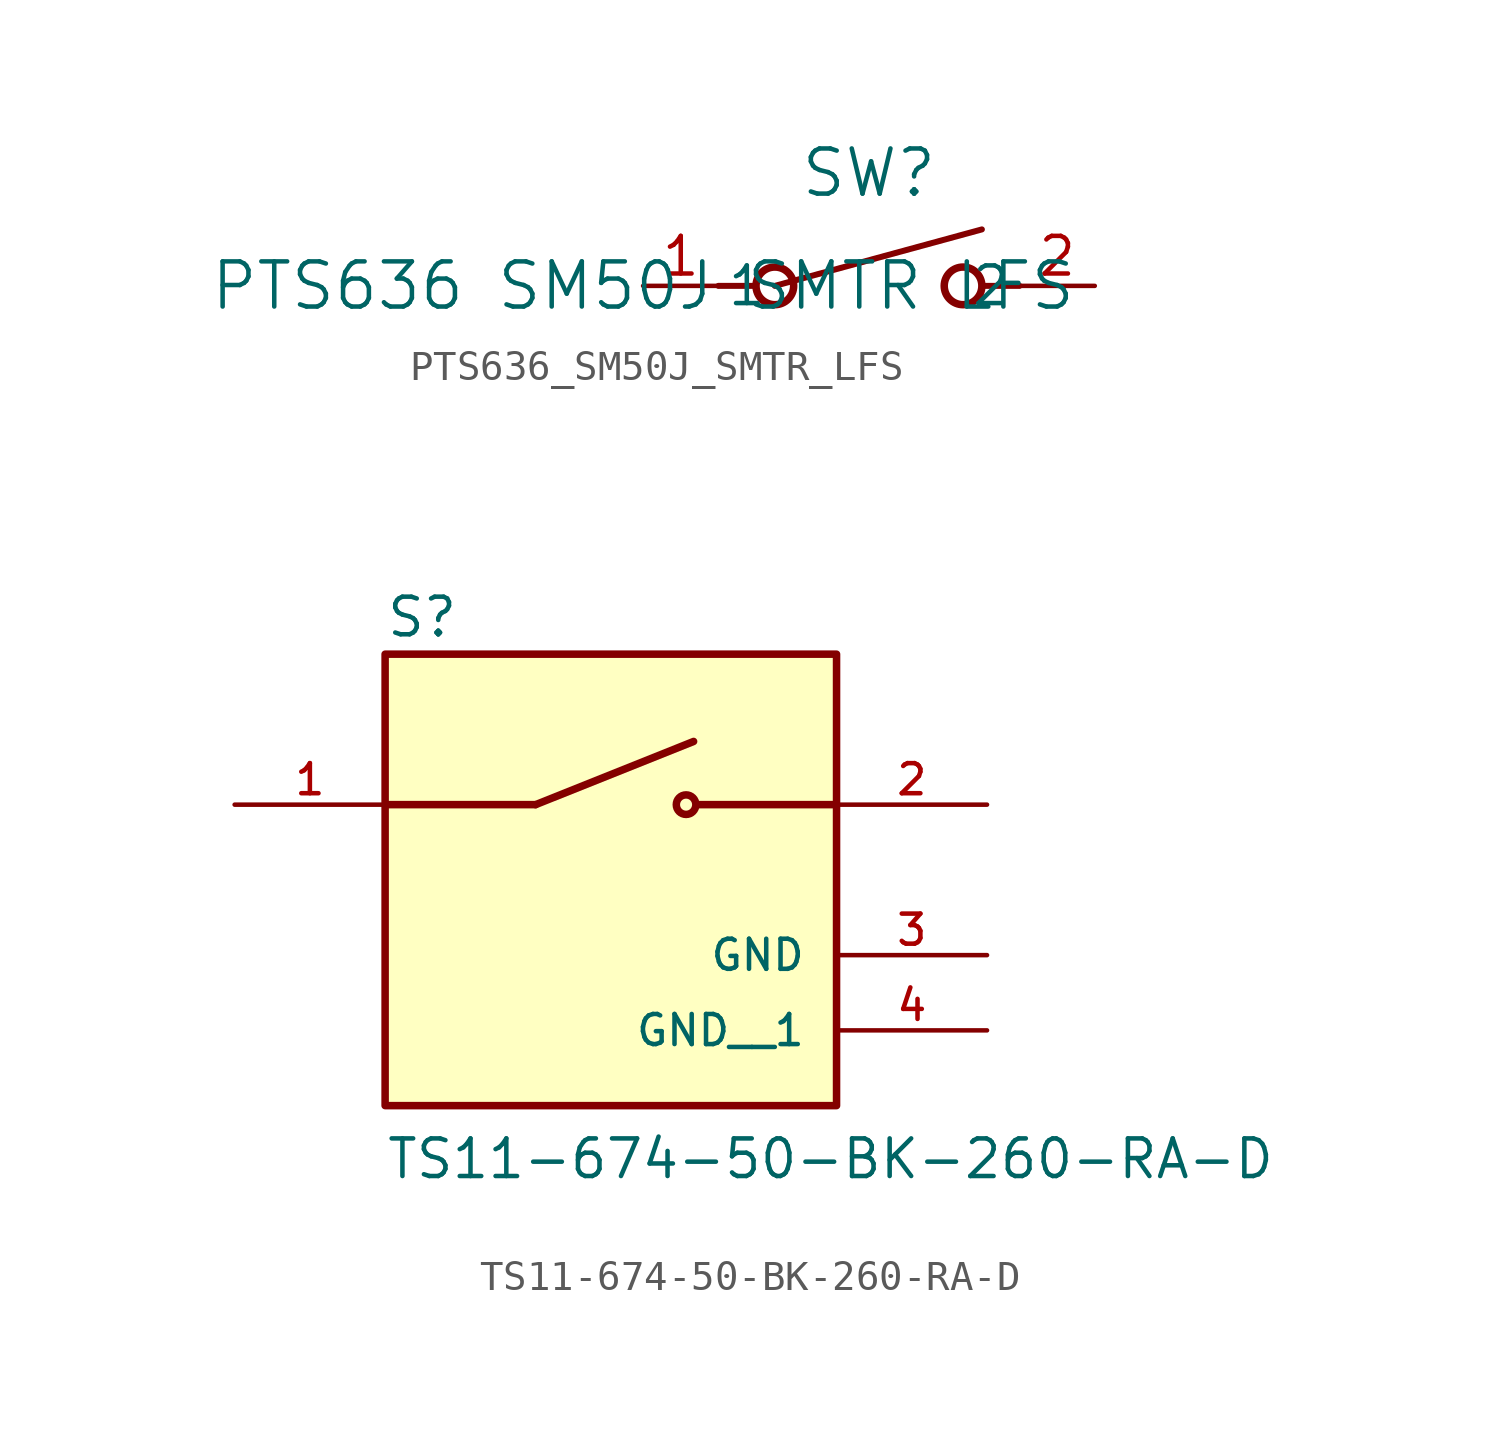
<source format=kicad_sym>
(kicad_symbol_lib
  (version 20231120)
  (generator "kicad_symbol_editor")
  (generator_version "8.0")
  (symbol "PTS636_SM50J_SMTR_LFS"
    (pin_names
      (offset 0.254))
    (property "Reference" "SW"
      (at 7.62 3.81 0)
      (effects (font (size 1.524 1.524))))
    (property "Value" "PTS636 SM50J SMTR LFS"
      (at 0 0 0)
      (effects (font (size 1.524 1.524))))
    (property "ki_locked" ""
      (at 0 0 0)
      (effects (font (size 1.27 1.27))))
    (symbol "PTS636_SM50J_SMTR_LFS_0_1"
      (polyline (pts (xy 2.54 0) (xy 3.81 0)) (stroke (width 0.203) (type default)) (fill (type none)))
      (polyline (pts (xy 4.445 0) (xy 11.43 1.905)) (stroke (width 0.203) (type default)) (fill (type none)))
      (polyline (pts (xy 12.7 0) (xy 11.43 0)) (stroke (width 0.203) (type default)) (fill (type none)))
      (circle (center 4.445 0) (radius 0.635) (stroke (width 0.254) (type default)) (fill (type none)))
      (circle (center 10.795 0) (radius 0.635) (stroke (width 0.254) (type default)) (fill (type none)))
      (pin unspecified line (at 0 0 0) (length 2.54) (name "1" (effects (font (size 1.27 1.27)))) (number "1" (effects (font (size 1.27 1.27)))))
      (pin unspecified line (at 15.24 0 180) (length 2.54) (name "2" (effects (font (size 1.27 1.27)))) (number "2" (effects (font (size 1.27 1.27)))))))
  (symbol "TS11-674-50-BK-260-RA-D"
    (pin_names
      (offset 1.016))
    (property "Reference" "S"
      (at -7.62 8.128 0)
      (effects (font (size 1.27 1.27)) (justify left bottom)))
    (property "Value" "TS11-674-50-BK-260-RA-D"
      (at -7.62 -10.16 0)
      (effects (font (size 1.27 1.27)) (justify left bottom)))
    (symbol "TS11-674-50-BK-260-RA-D_0_0"
      (rectangle (start -7.62 -7.62) (end 7.62 7.62) (stroke (width 0.254) (type default)) (fill (type background)))
      (polyline (pts (xy -2.54 2.54) (xy -7.62 2.54)) (stroke (width 0.254) (type default)) (fill (type none)))
      (polyline (pts (xy -2.54 2.54) (xy 2.794 4.674)) (stroke (width 0.254) (type default)) (fill (type none)))
      (polyline (pts (xy 7.62 2.54) (xy 2.921 2.54)) (stroke (width 0.254) (type default)) (fill (type none)))
      (circle (center 2.54 2.54) (radius 0.33) (stroke (width 0.254) (type default)) (fill (type none)))
      (pin passive line (at -12.7 2.54 0) (length 5.08) (name "~" (effects (font (size 1.016 1.016)))) (number "1" (effects (font (size 1.016 1.016)))))
      (pin passive line (at 12.7 2.54 180) (length 5.08) (name "~" (effects (font (size 1.016 1.016)))) (number "2" (effects (font (size 1.016 1.016)))))
      (pin power_in line (at 12.7 -2.54 180) (length 5.08) (name "GND" (effects (font (size 1.016 1.016)))) (number "3" (effects (font (size 1.016 1.016)))))
      (pin power_in line (at 12.7 -5.08 180) (length 5.08) (name "GND__1" (effects (font (size 1.016 1.016)))) (number "4" (effects (font (size 1.016 1.016))))))))
</source>
